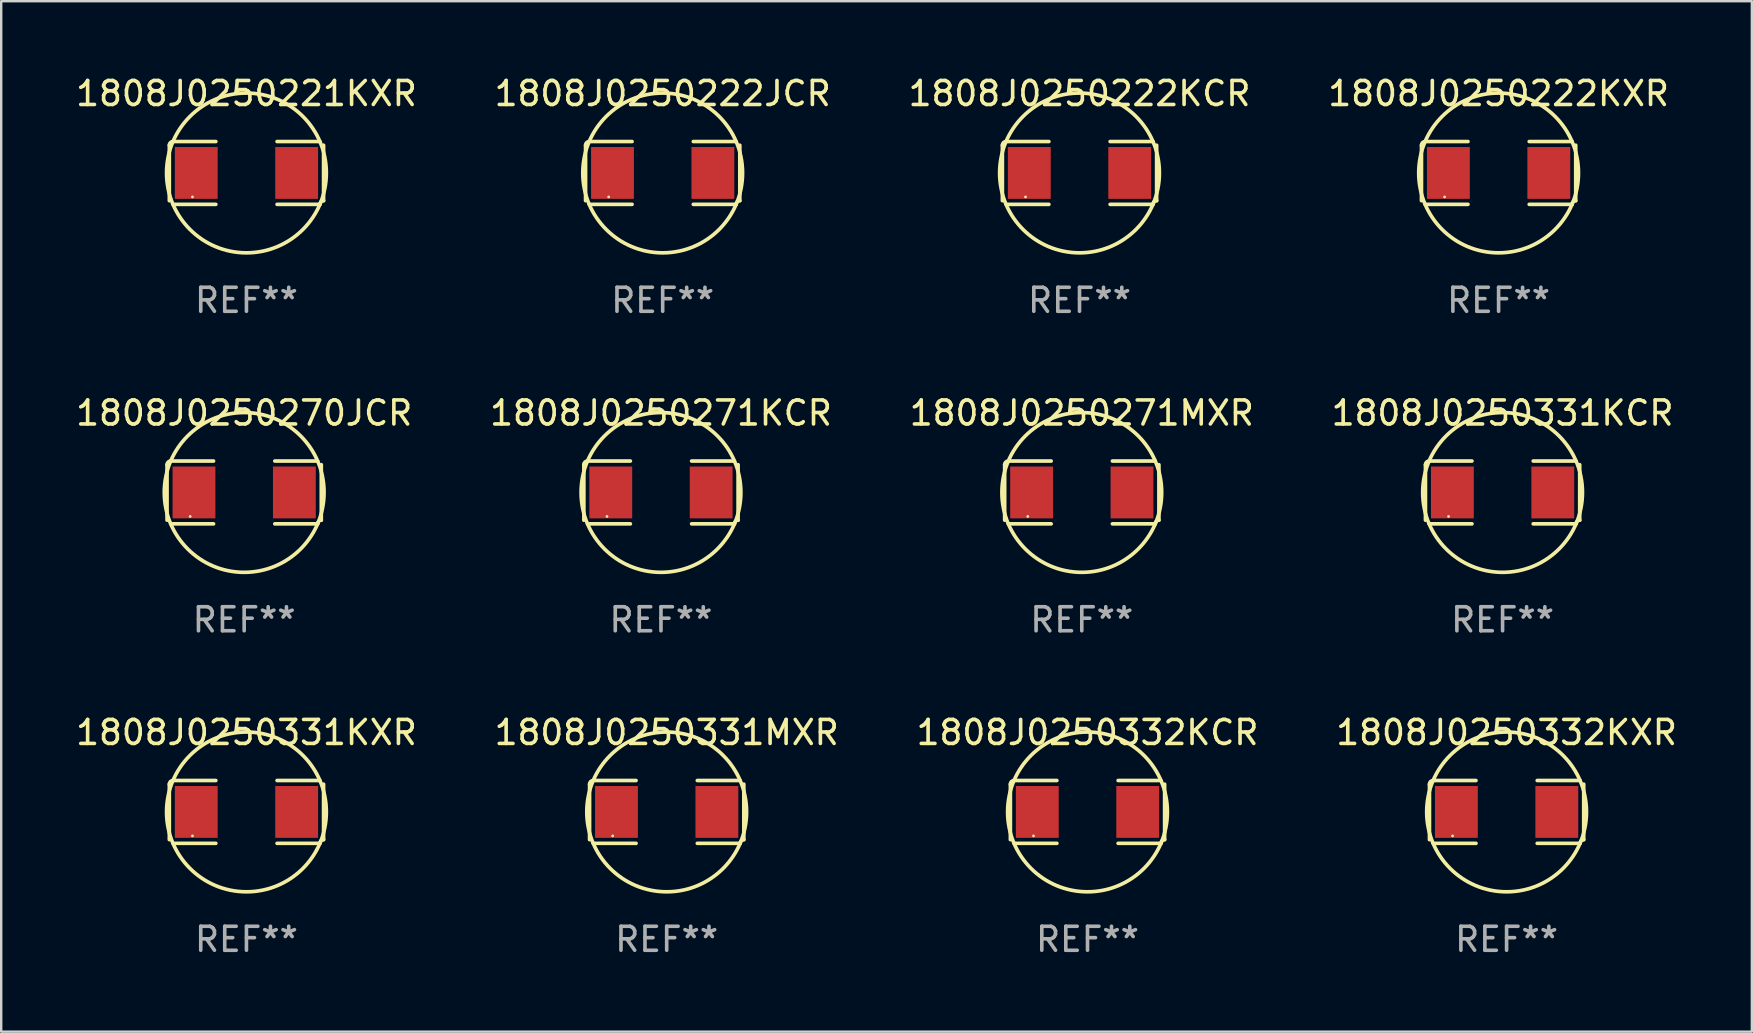
<source format=kicad_pcb>
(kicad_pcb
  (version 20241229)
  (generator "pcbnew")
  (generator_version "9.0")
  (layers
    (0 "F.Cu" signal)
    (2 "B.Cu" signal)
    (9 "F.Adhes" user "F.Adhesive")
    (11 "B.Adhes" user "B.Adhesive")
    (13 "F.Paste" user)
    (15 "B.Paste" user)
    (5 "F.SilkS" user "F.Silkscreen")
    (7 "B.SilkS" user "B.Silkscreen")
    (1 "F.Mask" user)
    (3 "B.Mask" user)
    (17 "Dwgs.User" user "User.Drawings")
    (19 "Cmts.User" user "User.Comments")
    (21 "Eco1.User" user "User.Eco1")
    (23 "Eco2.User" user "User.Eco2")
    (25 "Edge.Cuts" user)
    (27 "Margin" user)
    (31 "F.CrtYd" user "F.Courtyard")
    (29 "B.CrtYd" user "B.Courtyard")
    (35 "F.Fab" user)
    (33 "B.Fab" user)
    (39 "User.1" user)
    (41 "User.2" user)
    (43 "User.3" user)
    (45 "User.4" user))
  (footprint "1808J0250332KCR"
    (layer "F.Cu")
    (at 42.268 30.784)
    (property "Reference" "1808J0250332KCR" (at 0 -3.309 0) (layer "F.SilkS") (effects (font (size 1 1) (thickness 0.15))))
    (attr through_hole)
    (fp_line (start -3.214 -1.156) (end -3.214 1.156) (stroke (width 0.152) (type solid)) (layer "F.SilkS"))
    (fp_line (start -3.061 1.309) (end -1.276 1.309) (stroke (width 0.152) (type solid)) (layer "F.SilkS"))
    (fp_line (start -1.276 -1.309) (end -3.061 -1.309) (stroke (width 0.152) (type solid)) (layer "F.SilkS"))
    (fp_line (start 1.276 -1.309) (end 3.061 -1.309) (stroke (width 0.152) (type solid)) (layer "F.SilkS"))
    (fp_line (start 3.061 1.309) (end 1.276 1.309) (stroke (width 0.152) (type solid)) (layer "F.SilkS"))
    (fp_line (start 3.214 -1.156) (end 3.214 1.156) (stroke (width 0.152) (type solid)) (layer "F.SilkS"))
    (fp_arc (start -3.21359 -1.15621) (mid -3.168953 -1.263974) (end -3.061189 -1.308611) (stroke (width 0.1524) (type solid)) (layer "F.SilkS"))
    (fp_arc (start 3.061188 1.308611) (mid 3.105825 1.200847) (end 3.213589 1.15621) (stroke (width 0.1524) (type solid)) (layer "F.SilkS"))
    (fp_arc (start 3.061189 -1.308611) (mid -3.061167 1.308589) (end 3.061189 -1.308611) (stroke (width 0.1524) (type solid)) (layer "F.SilkS"))
    (fp_circle (center -2.25 1) (end -2.22 1) (stroke (width 0.06) (type solid)) (fill no) (layer "F.SilkS"))
    (fp_text user "REF**" (at 0 5.309 0) (layer "F.Fab") (effects (font (size 1 1) (thickness 0.15))))
    (pad "1" smd rect (at -2.092 0) (size 1.785 2.16) (layers "F.Cu" "F.Mask" "F.Paste"))
    (pad "2" smd rect (at 2.092 0) (size 1.785 2.16) (layers "F.Cu" "F.Mask" "F.Paste")))
  (footprint "1808J0250331MXR"
    (layer "F.Cu")
    (at 24.732 30.784)
    (property "Reference" "1808J0250331MXR" (at 0 -3.309 0) (layer "F.SilkS") (effects (font (size 1 1) (thickness 0.15))))
    (attr through_hole)
    (fp_line (start -3.214 -1.156) (end -3.214 1.156) (stroke (width 0.152) (type solid)) (layer "F.SilkS"))
    (fp_line (start -3.061 1.309) (end -1.276 1.309) (stroke (width 0.152) (type solid)) (layer "F.SilkS"))
    (fp_line (start -1.276 -1.309) (end -3.061 -1.309) (stroke (width 0.152) (type solid)) (layer "F.SilkS"))
    (fp_line (start 1.276 -1.309) (end 3.061 -1.309) (stroke (width 0.152) (type solid)) (layer "F.SilkS"))
    (fp_line (start 3.061 1.309) (end 1.276 1.309) (stroke (width 0.152) (type solid)) (layer "F.SilkS"))
    (fp_line (start 3.214 -1.156) (end 3.214 1.156) (stroke (width 0.152) (type solid)) (layer "F.SilkS"))
    (fp_arc (start -3.21359 -1.15621) (mid -3.168953 -1.263974) (end -3.061189 -1.308611) (stroke (width 0.1524) (type solid)) (layer "F.SilkS"))
    (fp_arc (start 3.061188 1.308611) (mid 3.105825 1.200847) (end 3.213589 1.15621) (stroke (width 0.1524) (type solid)) (layer "F.SilkS"))
    (fp_arc (start 3.061189 -1.308611) (mid -3.061167 1.308589) (end 3.061189 -1.308611) (stroke (width 0.1524) (type solid)) (layer "F.SilkS"))
    (fp_circle (center -2.25 1) (end -2.22 1) (stroke (width 0.06) (type solid)) (fill no) (layer "F.SilkS"))
    (fp_text user "REF**" (at 0 5.309 0) (layer "F.Fab") (effects (font (size 1 1) (thickness 0.15))))
    (pad "1" smd rect (at -2.092 0) (size 1.785 2.16) (layers "F.Cu" "F.Mask" "F.Paste"))
    (pad "2" smd rect (at 2.092 0) (size 1.785 2.16) (layers "F.Cu" "F.Mask" "F.Paste")))
  (footprint "1808J0250222KXR"
    (layer "F.Cu")
    (at 59.399 4.157)
    (property "Reference" "1808J0250222KXR" (at 0 -3.309 0) (layer "F.SilkS") (effects (font (size 1 1) (thickness 0.15))))
    (attr through_hole)
    (fp_line (start -3.214 -1.156) (end -3.214 1.156) (stroke (width 0.152) (type solid)) (layer "F.SilkS"))
    (fp_line (start -3.061 1.309) (end -1.276 1.309) (stroke (width 0.152) (type solid)) (layer "F.SilkS"))
    (fp_line (start -1.276 -1.309) (end -3.061 -1.309) (stroke (width 0.152) (type solid)) (layer "F.SilkS"))
    (fp_line (start 1.276 -1.309) (end 3.061 -1.309) (stroke (width 0.152) (type solid)) (layer "F.SilkS"))
    (fp_line (start 3.061 1.309) (end 1.276 1.309) (stroke (width 0.152) (type solid)) (layer "F.SilkS"))
    (fp_line (start 3.214 -1.156) (end 3.214 1.156) (stroke (width 0.152) (type solid)) (layer "F.SilkS"))
    (fp_arc (start -3.21359 -1.15621) (mid -3.168953 -1.263974) (end -3.061189 -1.308611) (stroke (width 0.1524) (type solid)) (layer "F.SilkS"))
    (fp_arc (start 3.061188 1.308611) (mid 3.105825 1.200847) (end 3.213589 1.15621) (stroke (width 0.1524) (type solid)) (layer "F.SilkS"))
    (fp_arc (start 3.061189 -1.308611) (mid -3.061167 1.308589) (end 3.061189 -1.308611) (stroke (width 0.1524) (type solid)) (layer "F.SilkS"))
    (fp_circle (center -2.25 1) (end -2.22 1) (stroke (width 0.06) (type solid)) (fill no) (layer "F.SilkS"))
    (fp_text user "REF**" (at 0 5.309 0) (layer "F.Fab") (effects (font (size 1 1) (thickness 0.15))))
    (pad "1" smd rect (at -2.092 0) (size 1.785 2.16) (layers "F.Cu" "F.Mask" "F.Paste"))
    (pad "2" smd rect (at 2.092 0) (size 1.785 2.16) (layers "F.Cu" "F.Mask" "F.Paste")))
  (footprint "1808J0250270JCR"
    (layer "F.Cu")
    (at 7.125 17.471)
    (property "Reference" "1808J0250270JCR" (at 0 -3.309 0) (layer "F.SilkS") (effects (font (size 1 1) (thickness 0.15))))
    (attr through_hole)
    (fp_line (start -3.214 -1.156) (end -3.214 1.156) (stroke (width 0.152) (type solid)) (layer "F.SilkS"))
    (fp_line (start -3.061 1.309) (end -1.276 1.309) (stroke (width 0.152) (type solid)) (layer "F.SilkS"))
    (fp_line (start -1.276 -1.309) (end -3.061 -1.309) (stroke (width 0.152) (type solid)) (layer "F.SilkS"))
    (fp_line (start 1.276 -1.309) (end 3.061 -1.309) (stroke (width 0.152) (type solid)) (layer "F.SilkS"))
    (fp_line (start 3.061 1.309) (end 1.276 1.309) (stroke (width 0.152) (type solid)) (layer "F.SilkS"))
    (fp_line (start 3.214 -1.156) (end 3.214 1.156) (stroke (width 0.152) (type solid)) (layer "F.SilkS"))
    (fp_arc (start -3.21359 -1.15621) (mid -3.168953 -1.263974) (end -3.061189 -1.308611) (stroke (width 0.1524) (type solid)) (layer "F.SilkS"))
    (fp_arc (start 3.061188 1.308611) (mid 3.105825 1.200847) (end 3.213589 1.15621) (stroke (width 0.1524) (type solid)) (layer "F.SilkS"))
    (fp_arc (start 3.061189 -1.308611) (mid -3.061167 1.308589) (end 3.061189 -1.308611) (stroke (width 0.1524) (type solid)) (layer "F.SilkS"))
    (fp_circle (center -2.25 1) (end -2.22 1) (stroke (width 0.06) (type solid)) (fill no) (layer "F.SilkS"))
    (fp_text user "REF**" (at 0 5.309 0) (layer "F.Fab") (effects (font (size 1 1) (thickness 0.15))))
    (pad "1" smd rect (at -2.092 0) (size 1.785 2.16) (layers "F.Cu" "F.Mask" "F.Paste"))
    (pad "2" smd rect (at 2.092 0) (size 1.785 2.16) (layers "F.Cu" "F.Mask" "F.Paste")))
  (footprint "1808J0250331KXR"
    (layer "F.Cu")
    (at 7.22 30.784)
    (property "Reference" "1808J0250331KXR" (at 0 -3.309 0) (layer "F.SilkS") (effects (font (size 1 1) (thickness 0.15))))
    (attr through_hole)
    (fp_line (start -3.214 -1.156) (end -3.214 1.156) (stroke (width 0.152) (type solid)) (layer "F.SilkS"))
    (fp_line (start -3.061 1.309) (end -1.276 1.309) (stroke (width 0.152) (type solid)) (layer "F.SilkS"))
    (fp_line (start -1.276 -1.309) (end -3.061 -1.309) (stroke (width 0.152) (type solid)) (layer "F.SilkS"))
    (fp_line (start 1.276 -1.309) (end 3.061 -1.309) (stroke (width 0.152) (type solid)) (layer "F.SilkS"))
    (fp_line (start 3.061 1.309) (end 1.276 1.309) (stroke (width 0.152) (type solid)) (layer "F.SilkS"))
    (fp_line (start 3.214 -1.156) (end 3.214 1.156) (stroke (width 0.152) (type solid)) (layer "F.SilkS"))
    (fp_arc (start -3.21359 -1.15621) (mid -3.168953 -1.263974) (end -3.061189 -1.308611) (stroke (width 0.1524) (type solid)) (layer "F.SilkS"))
    (fp_arc (start 3.061188 1.308611) (mid 3.105825 1.200847) (end 3.213589 1.15621) (stroke (width 0.1524) (type solid)) (layer "F.SilkS"))
    (fp_arc (start 3.061189 -1.308611) (mid -3.061167 1.308589) (end 3.061189 -1.308611) (stroke (width 0.1524) (type solid)) (layer "F.SilkS"))
    (fp_circle (center -2.25 1) (end -2.22 1) (stroke (width 0.06) (type solid)) (fill no) (layer "F.SilkS"))
    (fp_text user "REF**" (at 0 5.309 0) (layer "F.Fab") (effects (font (size 1 1) (thickness 0.15))))
    (pad "1" smd rect (at -2.092 0) (size 1.785 2.16) (layers "F.Cu" "F.Mask" "F.Paste"))
    (pad "2" smd rect (at 2.092 0) (size 1.785 2.16) (layers "F.Cu" "F.Mask" "F.Paste")))
  (footprint "1808J0250221KXR"
    (layer "F.Cu")
    (at 7.22 4.157)
    (property "Reference" "1808J0250221KXR" (at 0 -3.309 0) (layer "F.SilkS") (effects (font (size 1 1) (thickness 0.15))))
    (attr through_hole)
    (fp_line (start -3.214 -1.156) (end -3.214 1.156) (stroke (width 0.152) (type solid)) (layer "F.SilkS"))
    (fp_line (start -3.061 1.309) (end -1.276 1.309) (stroke (width 0.152) (type solid)) (layer "F.SilkS"))
    (fp_line (start -1.276 -1.309) (end -3.061 -1.309) (stroke (width 0.152) (type solid)) (layer "F.SilkS"))
    (fp_line (start 1.276 -1.309) (end 3.061 -1.309) (stroke (width 0.152) (type solid)) (layer "F.SilkS"))
    (fp_line (start 3.061 1.309) (end 1.276 1.309) (stroke (width 0.152) (type solid)) (layer "F.SilkS"))
    (fp_line (start 3.214 -1.156) (end 3.214 1.156) (stroke (width 0.152) (type solid)) (layer "F.SilkS"))
    (fp_arc (start -3.21359 -1.15621) (mid -3.168953 -1.263974) (end -3.061189 -1.308611) (stroke (width 0.1524) (type solid)) (layer "F.SilkS"))
    (fp_arc (start 3.061188 1.308611) (mid 3.105825 1.200847) (end 3.213589 1.15621) (stroke (width 0.1524) (type solid)) (layer "F.SilkS"))
    (fp_arc (start 3.061189 -1.308611) (mid -3.061167 1.308589) (end 3.061189 -1.308611) (stroke (width 0.1524) (type solid)) (layer "F.SilkS"))
    (fp_circle (center -2.25 1) (end -2.22 1) (stroke (width 0.06) (type solid)) (fill no) (layer "F.SilkS"))
    (fp_text user "REF**" (at 0 5.309 0) (layer "F.Fab") (effects (font (size 1 1) (thickness 0.15))))
    (pad "1" smd rect (at -2.092 0) (size 1.785 2.16) (layers "F.Cu" "F.Mask" "F.Paste"))
    (pad "2" smd rect (at 2.092 0) (size 1.785 2.16) (layers "F.Cu" "F.Mask" "F.Paste")))
  (footprint "1808J0250271MXR"
    (layer "F.Cu")
    (at 42.03 17.471)
    (property "Reference" "1808J0250271MXR" (at 0 -3.309 0) (layer "F.SilkS") (effects (font (size 1 1) (thickness 0.15))))
    (attr through_hole)
    (fp_line (start -3.214 -1.156) (end -3.214 1.156) (stroke (width 0.152) (type solid)) (layer "F.SilkS"))
    (fp_line (start -3.061 1.309) (end -1.276 1.309) (stroke (width 0.152) (type solid)) (layer "F.SilkS"))
    (fp_line (start -1.276 -1.309) (end -3.061 -1.309) (stroke (width 0.152) (type solid)) (layer "F.SilkS"))
    (fp_line (start 1.276 -1.309) (end 3.061 -1.309) (stroke (width 0.152) (type solid)) (layer "F.SilkS"))
    (fp_line (start 3.061 1.309) (end 1.276 1.309) (stroke (width 0.152) (type solid)) (layer "F.SilkS"))
    (fp_line (start 3.214 -1.156) (end 3.214 1.156) (stroke (width 0.152) (type solid)) (layer "F.SilkS"))
    (fp_arc (start -3.21359 -1.15621) (mid -3.168953 -1.263974) (end -3.061189 -1.308611) (stroke (width 0.1524) (type solid)) (layer "F.SilkS"))
    (fp_arc (start 3.061188 1.308611) (mid 3.105825 1.200847) (end 3.213589 1.15621) (stroke (width 0.1524) (type solid)) (layer "F.SilkS"))
    (fp_arc (start 3.061189 -1.308611) (mid -3.061167 1.308589) (end 3.061189 -1.308611) (stroke (width 0.1524) (type solid)) (layer "F.SilkS"))
    (fp_circle (center -2.25 1) (end -2.22 1) (stroke (width 0.06) (type solid)) (fill no) (layer "F.SilkS"))
    (fp_text user "REF**" (at 0 5.309 0) (layer "F.Fab") (effects (font (size 1 1) (thickness 0.15))))
    (pad "1" smd rect (at -2.092 0) (size 1.785 2.16) (layers "F.Cu" "F.Mask" "F.Paste"))
    (pad "2" smd rect (at 2.092 0) (size 1.785 2.16) (layers "F.Cu" "F.Mask" "F.Paste")))
  (footprint "1808J0250332KXR"
    (layer "F.Cu")
    (at 59.732 30.784)
    (property "Reference" "1808J0250332KXR" (at 0 -3.309 0) (layer "F.SilkS") (effects (font (size 1 1) (thickness 0.15))))
    (attr through_hole)
    (fp_line (start -3.214 -1.156) (end -3.214 1.156) (stroke (width 0.152) (type solid)) (layer "F.SilkS"))
    (fp_line (start -3.061 1.309) (end -1.276 1.309) (stroke (width 0.152) (type solid)) (layer "F.SilkS"))
    (fp_line (start -1.276 -1.309) (end -3.061 -1.309) (stroke (width 0.152) (type solid)) (layer "F.SilkS"))
    (fp_line (start 1.276 -1.309) (end 3.061 -1.309) (stroke (width 0.152) (type solid)) (layer "F.SilkS"))
    (fp_line (start 3.061 1.309) (end 1.276 1.309) (stroke (width 0.152) (type solid)) (layer "F.SilkS"))
    (fp_line (start 3.214 -1.156) (end 3.214 1.156) (stroke (width 0.152) (type solid)) (layer "F.SilkS"))
    (fp_arc (start -3.21359 -1.15621) (mid -3.168953 -1.263974) (end -3.061189 -1.308611) (stroke (width 0.1524) (type solid)) (layer "F.SilkS"))
    (fp_arc (start 3.061188 1.308611) (mid 3.105825 1.200847) (end 3.213589 1.15621) (stroke (width 0.1524) (type solid)) (layer "F.SilkS"))
    (fp_arc (start 3.061189 -1.308611) (mid -3.061167 1.308589) (end 3.061189 -1.308611) (stroke (width 0.1524) (type solid)) (layer "F.SilkS"))
    (fp_circle (center -2.25 1) (end -2.22 1) (stroke (width 0.06) (type solid)) (fill no) (layer "F.SilkS"))
    (fp_text user "REF**" (at 0 5.309 0) (layer "F.Fab") (effects (font (size 1 1) (thickness 0.15))))
    (pad "1" smd rect (at -2.092 0) (size 1.785 2.16) (layers "F.Cu" "F.Mask" "F.Paste"))
    (pad "2" smd rect (at 2.092 0) (size 1.785 2.16) (layers "F.Cu" "F.Mask" "F.Paste")))
  (footprint "1808J0250331KCR"
    (layer "F.Cu")
    (at 59.565 17.471)
    (property "Reference" "1808J0250331KCR" (at 0 -3.309 0) (layer "F.SilkS") (effects (font (size 1 1) (thickness 0.15))))
    (attr through_hole)
    (fp_line (start -3.214 -1.156) (end -3.214 1.156) (stroke (width 0.152) (type solid)) (layer "F.SilkS"))
    (fp_line (start -3.061 1.309) (end -1.276 1.309) (stroke (width 0.152) (type solid)) (layer "F.SilkS"))
    (fp_line (start -1.276 -1.309) (end -3.061 -1.309) (stroke (width 0.152) (type solid)) (layer "F.SilkS"))
    (fp_line (start 1.276 -1.309) (end 3.061 -1.309) (stroke (width 0.152) (type solid)) (layer "F.SilkS"))
    (fp_line (start 3.061 1.309) (end 1.276 1.309) (stroke (width 0.152) (type solid)) (layer "F.SilkS"))
    (fp_line (start 3.214 -1.156) (end 3.214 1.156) (stroke (width 0.152) (type solid)) (layer "F.SilkS"))
    (fp_arc (start -3.21359 -1.15621) (mid -3.168953 -1.263974) (end -3.061189 -1.308611) (stroke (width 0.1524) (type solid)) (layer "F.SilkS"))
    (fp_arc (start 3.061188 1.308611) (mid 3.105825 1.200847) (end 3.213589 1.15621) (stroke (width 0.1524) (type solid)) (layer "F.SilkS"))
    (fp_arc (start 3.061189 -1.308611) (mid -3.061167 1.308589) (end 3.061189 -1.308611) (stroke (width 0.1524) (type solid)) (layer "F.SilkS"))
    (fp_circle (center -2.25 1) (end -2.22 1) (stroke (width 0.06) (type solid)) (fill no) (layer "F.SilkS"))
    (fp_text user "REF**" (at 0 5.309 0) (layer "F.Fab") (effects (font (size 1 1) (thickness 0.15))))
    (pad "1" smd rect (at -2.092 0) (size 1.785 2.16) (layers "F.Cu" "F.Mask" "F.Paste"))
    (pad "2" smd rect (at 2.092 0) (size 1.785 2.16) (layers "F.Cu" "F.Mask" "F.Paste")))
  (footprint "1808J0250222KCR"
    (layer "F.Cu")
    (at 41.935 4.157)
    (property "Reference" "1808J0250222KCR" (at 0 -3.309 0) (layer "F.SilkS") (effects (font (size 1 1) (thickness 0.15))))
    (attr through_hole)
    (fp_line (start -3.214 -1.156) (end -3.214 1.156) (stroke (width 0.152) (type solid)) (layer "F.SilkS"))
    (fp_line (start -3.061 1.309) (end -1.276 1.309) (stroke (width 0.152) (type solid)) (layer "F.SilkS"))
    (fp_line (start -1.276 -1.309) (end -3.061 -1.309) (stroke (width 0.152) (type solid)) (layer "F.SilkS"))
    (fp_line (start 1.276 -1.309) (end 3.061 -1.309) (stroke (width 0.152) (type solid)) (layer "F.SilkS"))
    (fp_line (start 3.061 1.309) (end 1.276 1.309) (stroke (width 0.152) (type solid)) (layer "F.SilkS"))
    (fp_line (start 3.214 -1.156) (end 3.214 1.156) (stroke (width 0.152) (type solid)) (layer "F.SilkS"))
    (fp_arc (start -3.21359 -1.15621) (mid -3.168953 -1.263974) (end -3.061189 -1.308611) (stroke (width 0.1524) (type solid)) (layer "F.SilkS"))
    (fp_arc (start 3.061188 1.308611) (mid 3.105825 1.200847) (end 3.213589 1.15621) (stroke (width 0.1524) (type solid)) (layer "F.SilkS"))
    (fp_arc (start 3.061189 -1.308611) (mid -3.061167 1.308589) (end 3.061189 -1.308611) (stroke (width 0.1524) (type solid)) (layer "F.SilkS"))
    (fp_circle (center -2.25 1) (end -2.22 1) (stroke (width 0.06) (type solid)) (fill no) (layer "F.SilkS"))
    (fp_text user "REF**" (at 0 5.309 0) (layer "F.Fab") (effects (font (size 1 1) (thickness 0.15))))
    (pad "1" smd rect (at -2.092 0) (size 1.785 2.16) (layers "F.Cu" "F.Mask" "F.Paste"))
    (pad "2" smd rect (at 2.092 0) (size 1.785 2.16) (layers "F.Cu" "F.Mask" "F.Paste")))
  (footprint "1808J0250271KCR"
    (layer "F.Cu")
    (at 24.494 17.471)
    (property "Reference" "1808J0250271KCR" (at 0 -3.309 0) (layer "F.SilkS") (effects (font (size 1 1) (thickness 0.15))))
    (attr through_hole)
    (fp_line (start -3.214 -1.156) (end -3.214 1.156) (stroke (width 0.152) (type solid)) (layer "F.SilkS"))
    (fp_line (start -3.061 1.309) (end -1.276 1.309) (stroke (width 0.152) (type solid)) (layer "F.SilkS"))
    (fp_line (start -1.276 -1.309) (end -3.061 -1.309) (stroke (width 0.152) (type solid)) (layer "F.SilkS"))
    (fp_line (start 1.276 -1.309) (end 3.061 -1.309) (stroke (width 0.152) (type solid)) (layer "F.SilkS"))
    (fp_line (start 3.061 1.309) (end 1.276 1.309) (stroke (width 0.152) (type solid)) (layer "F.SilkS"))
    (fp_line (start 3.214 -1.156) (end 3.214 1.156) (stroke (width 0.152) (type solid)) (layer "F.SilkS"))
    (fp_arc (start -3.21359 -1.15621) (mid -3.168953 -1.263974) (end -3.061189 -1.308611) (stroke (width 0.1524) (type solid)) (layer "F.SilkS"))
    (fp_arc (start 3.061188 1.308611) (mid 3.105825 1.200847) (end 3.213589 1.15621) (stroke (width 0.1524) (type solid)) (layer "F.SilkS"))
    (fp_arc (start 3.061189 -1.308611) (mid -3.061167 1.308589) (end 3.061189 -1.308611) (stroke (width 0.1524) (type solid)) (layer "F.SilkS"))
    (fp_circle (center -2.25 1) (end -2.22 1) (stroke (width 0.06) (type solid)) (fill no) (layer "F.SilkS"))
    (fp_text user "REF**" (at 0 5.309 0) (layer "F.Fab") (effects (font (size 1 1) (thickness 0.15))))
    (pad "1" smd rect (at -2.092 0) (size 1.785 2.16) (layers "F.Cu" "F.Mask" "F.Paste"))
    (pad "2" smd rect (at 2.092 0) (size 1.785 2.16) (layers "F.Cu" "F.Mask" "F.Paste")))
  (footprint "1808J0250222JCR"
    (layer "F.Cu")
    (at 24.565 4.157)
    (property "Reference" "1808J0250222JCR" (at 0 -3.309 0) (layer "F.SilkS") (effects (font (size 1 1) (thickness 0.15))))
    (attr through_hole)
    (fp_line (start -3.214 -1.156) (end -3.214 1.156) (stroke (width 0.152) (type solid)) (layer "F.SilkS"))
    (fp_line (start -3.061 1.309) (end -1.276 1.309) (stroke (width 0.152) (type solid)) (layer "F.SilkS"))
    (fp_line (start -1.276 -1.309) (end -3.061 -1.309) (stroke (width 0.152) (type solid)) (layer "F.SilkS"))
    (fp_line (start 1.276 -1.309) (end 3.061 -1.309) (stroke (width 0.152) (type solid)) (layer "F.SilkS"))
    (fp_line (start 3.061 1.309) (end 1.276 1.309) (stroke (width 0.152) (type solid)) (layer "F.SilkS"))
    (fp_line (start 3.214 -1.156) (end 3.214 1.156) (stroke (width 0.152) (type solid)) (layer "F.SilkS"))
    (fp_arc (start -3.21359 -1.15621) (mid -3.168953 -1.263974) (end -3.061189 -1.308611) (stroke (width 0.1524) (type solid)) (layer "F.SilkS"))
    (fp_arc (start 3.061188 1.308611) (mid 3.105825 1.200847) (end 3.213589 1.15621) (stroke (width 0.1524) (type solid)) (layer "F.SilkS"))
    (fp_arc (start 3.061189 -1.308611) (mid -3.061167 1.308589) (end 3.061189 -1.308611) (stroke (width 0.1524) (type solid)) (layer "F.SilkS"))
    (fp_circle (center -2.25 1) (end -2.22 1) (stroke (width 0.06) (type solid)) (fill no) (layer "F.SilkS"))
    (fp_text user "REF**" (at 0 5.309 0) (layer "F.Fab") (effects (font (size 1 1) (thickness 0.15))))
    (pad "1" smd rect (at -2.092 0) (size 1.785 2.16) (layers "F.Cu" "F.Mask" "F.Paste"))
    (pad "2" smd rect (at 2.092 0) (size 1.785 2.16) (layers "F.Cu" "F.Mask" "F.Paste")))
  (gr_rect
    (start -3 -3)
    (end 69.952 39.941)
    (stroke (width 0.1) (type default))
    (fill no)
    (layer "Edge.Cuts")))
</source>
